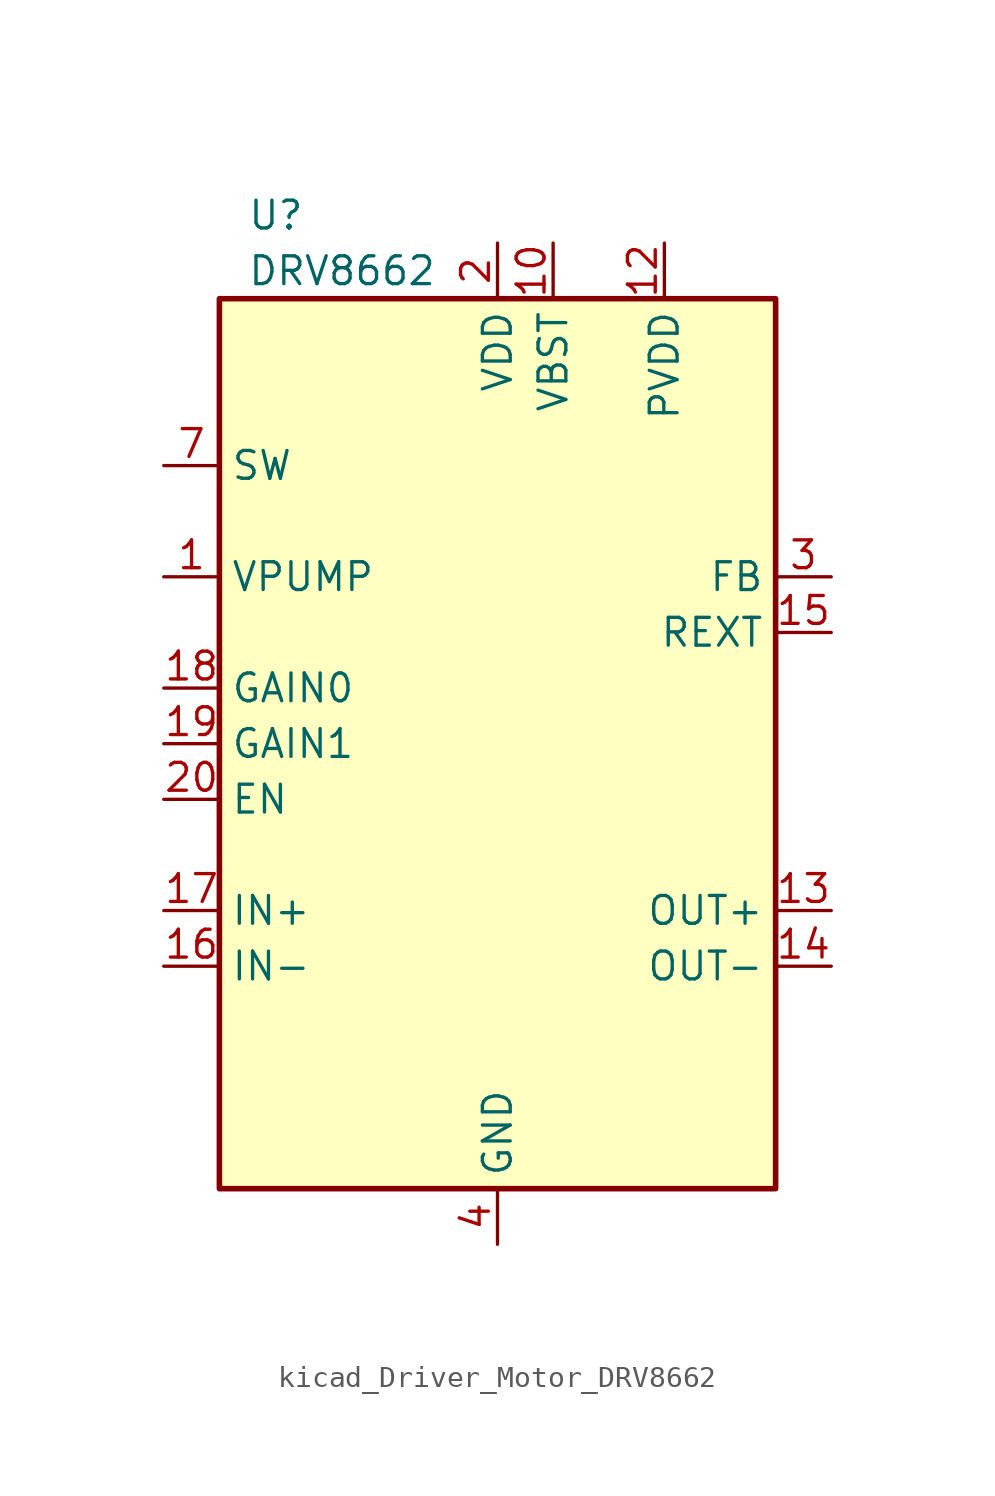
<source format=kicad_sym>
(kicad_symbol_lib
  (version 20220914)
  (generator kicad_symbol_editor)
  (symbol "kicad_Driver_Motor_DRV8662"
    (property "Reference" "U"
      (at -11.43 24.13 0)
      (effects (font (size 1.27 1.27)) (justify left)))
    (property "Value" "DRV8662"
      (at -11.43 21.59 0)
      (effects (font (size 1.27 1.27)) (justify left)))
    (symbol "kicad_Driver_Motor_DRV8662_0_1"
      (rectangle (start -12.7 20.32) (end 12.7 -20.32) (stroke (width 0.254) (type default)) (fill (type background))))
    (symbol "kicad_Driver_Motor_DRV8662_1_1"
      (pin output line (at -15.24 7.62 0) (length 2.54) (name "VPUMP" (effects (font (size 1.27 1.27)))) (number "1" (effects (font (size 1.27 1.27)))))
      (pin power_out line (at 2.54 22.86 270) (length 2.54) (name "VBST" (effects (font (size 1.27 1.27)))) (number "10" (effects (font (size 1.27 1.27)))))
      (pin passive line (at 2.54 22.86 270) (length 2.54) hide (name "VBST" (effects (font (size 1.27 1.27)))) (number "11" (effects (font (size 1.27 1.27)))))
      (pin power_in line (at 7.62 22.86 270) (length 2.54) (name "PVDD" (effects (font (size 1.27 1.27)))) (number "12" (effects (font (size 1.27 1.27)))))
      (pin output line (at 15.24 -7.62 180) (length 2.54) (name "OUT+" (effects (font (size 1.27 1.27)))) (number "13" (effects (font (size 1.27 1.27)))))
      (pin output line (at 15.24 -10.16 180) (length 2.54) (name "OUT-" (effects (font (size 1.27 1.27)))) (number "14" (effects (font (size 1.27 1.27)))))
      (pin input line (at 15.24 5.08 180) (length 2.54) (name "REXT" (effects (font (size 1.27 1.27)))) (number "15" (effects (font (size 1.27 1.27)))))
      (pin input line (at -15.24 -10.16 0) (length 2.54) (name "IN-" (effects (font (size 1.27 1.27)))) (number "16" (effects (font (size 1.27 1.27)))))
      (pin input line (at -15.24 -7.62 0) (length 2.54) (name "IN+" (effects (font (size 1.27 1.27)))) (number "17" (effects (font (size 1.27 1.27)))))
      (pin input line (at -15.24 2.54 0) (length 2.54) (name "GAIN0" (effects (font (size 1.27 1.27)))) (number "18" (effects (font (size 1.27 1.27)))))
      (pin input line (at -15.24 0 0) (length 2.54) (name "GAIN1" (effects (font (size 1.27 1.27)))) (number "19" (effects (font (size 1.27 1.27)))))
      (pin power_in line (at 0 22.86 270) (length 2.54) (name "VDD" (effects (font (size 1.27 1.27)))) (number "2" (effects (font (size 1.27 1.27)))))
      (pin input line (at -15.24 -2.54 0) (length 2.54) (name "EN" (effects (font (size 1.27 1.27)))) (number "20" (effects (font (size 1.27 1.27)))))
      (pin passive line (at 0 -22.86 90) (length 2.54) hide (name "GND" (effects (font (size 1.27 1.27)))) (number "21" (effects (font (size 1.27 1.27)))))
      (pin input line (at 15.24 7.62 180) (length 2.54) (name "FB" (effects (font (size 1.27 1.27)))) (number "3" (effects (font (size 1.27 1.27)))))
      (pin power_in line (at 0 -22.86 90) (length 2.54) (name "GND" (effects (font (size 1.27 1.27)))) (number "4" (effects (font (size 1.27 1.27)))))
      (pin passive line (at 0 -22.86 90) (length 2.54) hide (name "GND" (effects (font (size 1.27 1.27)))) (number "5" (effects (font (size 1.27 1.27)))))
      (pin passive line (at 0 -22.86 90) (length 2.54) hide (name "GND" (effects (font (size 1.27 1.27)))) (number "6" (effects (font (size 1.27 1.27)))))
      (pin input line (at -15.24 12.7 0) (length 2.54) (name "SW" (effects (font (size 1.27 1.27)))) (number "7" (effects (font (size 1.27 1.27)))))
      (pin input line (at -15.24 12.7 0) (length 2.54) hide (name "SW" (effects (font (size 1.27 1.27)))) (number "8" (effects (font (size 1.27 1.27)))))
      (pin no_connect line (at -12.7 -15.24 0) (length 2.54) hide (name "NC" (effects (font (size 1.27 1.27)))) (number "9" (effects (font (size 1.27 1.27))))))))
</source>
